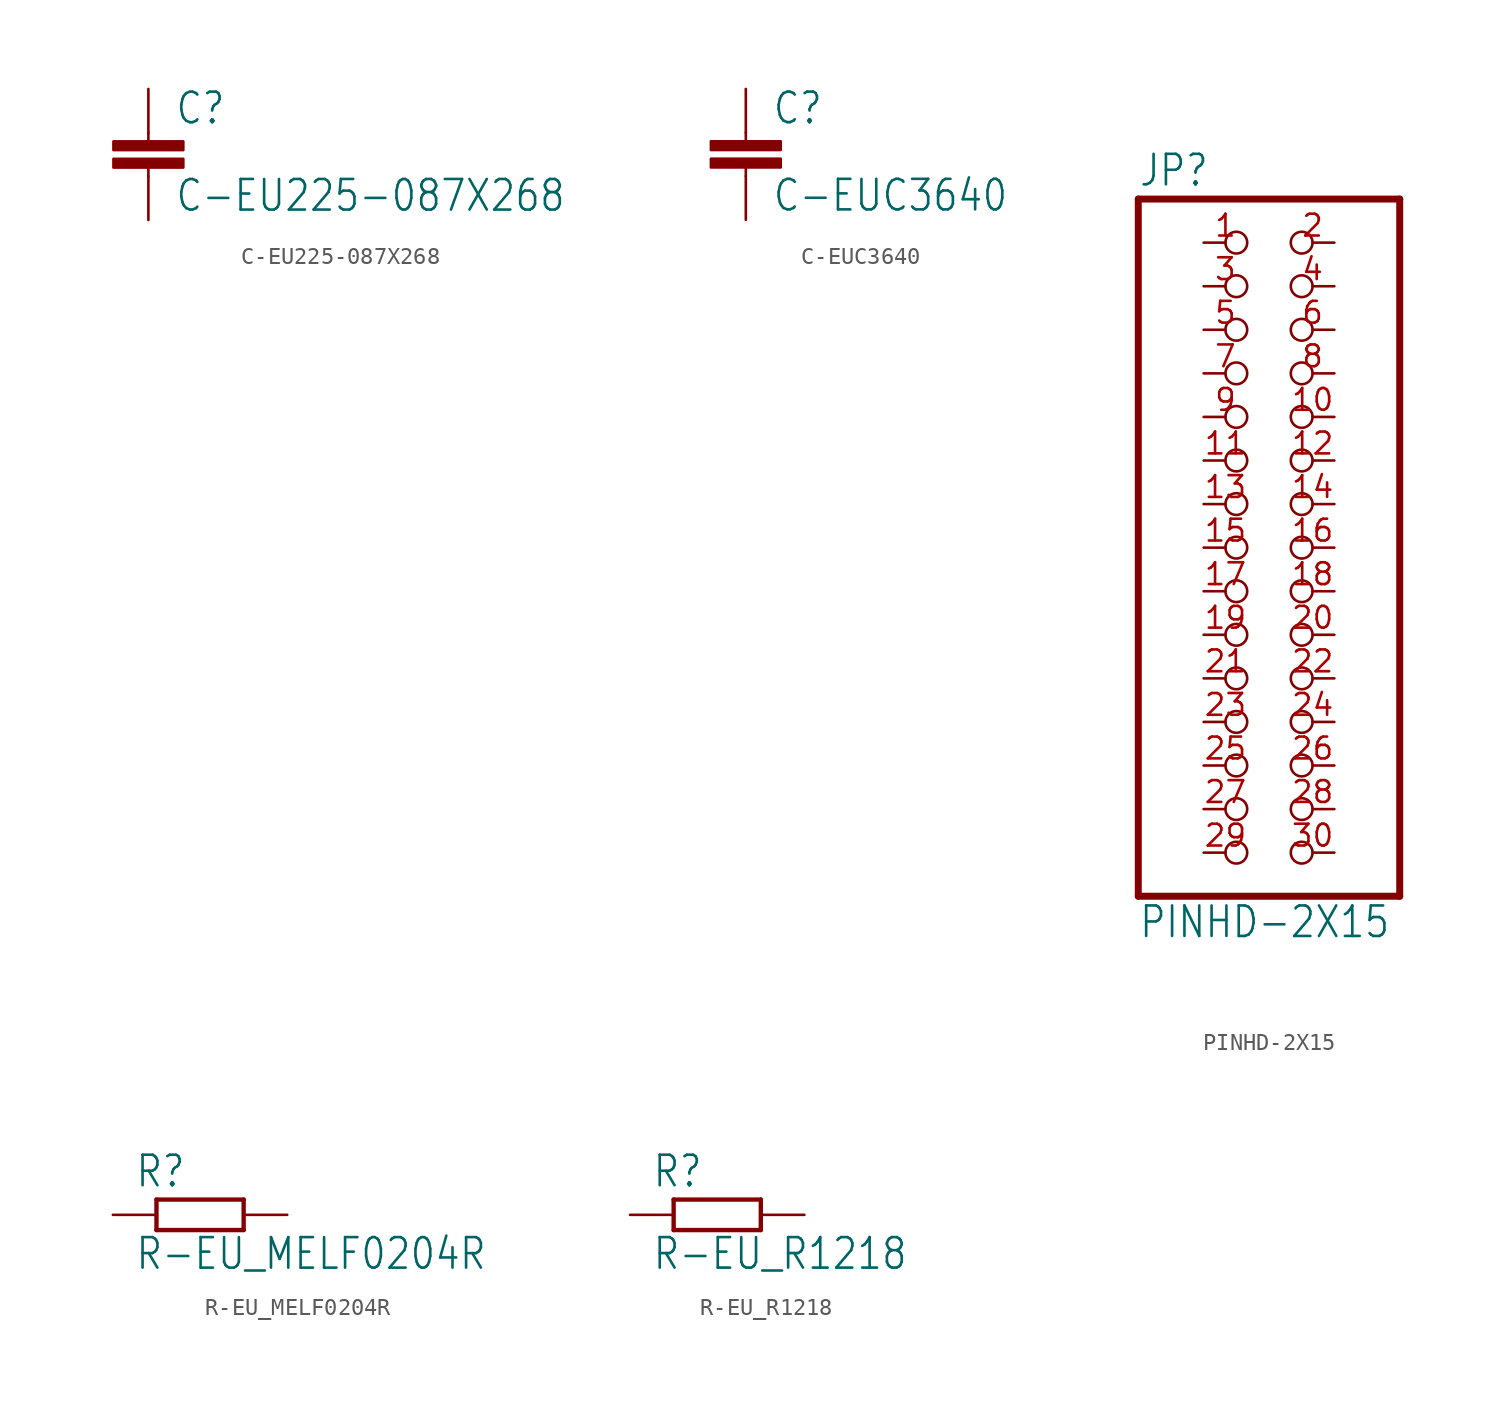
<source format=kicad_sym>
(kicad_symbol_lib
  (version 20211014)
  (generator kicad_symbol_editor)
  (symbol "C-EU225-087X268"
    (property "Reference" "C"
      (at 1.524 0.381 0)
      (effects (font (size 1.778 1.511)) (justify left bottom)))
    (property "Value" "C-EU225-087X268"
      (at 1.524 -4.699 0)
      (effects (font (size 1.778 1.511)) (justify left bottom)))
    (property "ki_locked" ""
      (at 0 0 0)
      (effects (font (size 1.27 1.27))))
    (symbol "C-EU225-087X268_1_0"
      (rectangle (start -2.032 -2.032) (end 2.032 -1.524) (stroke (width 0) (type default) (color 0 0 0 0)) (fill (type outline)))
      (rectangle (start -2.032 -1.016) (end 2.032 -0.508) (stroke (width 0) (type default) (color 0 0 0 0)) (fill (type outline)))
      (polyline (pts (xy 0 -2.54) (xy 0 -2.032)) (stroke (width 0.152) (type default) (color 0 0 0 0)) (fill (type none)))
      (polyline (pts (xy 0 0) (xy 0 -0.508)) (stroke (width 0.152) (type default) (color 0 0 0 0)) (fill (type none)))
      (pin passive line (at 0 2.54 270) (length 2.54) (name "1" (effects (font (size 0 0)))) (number "1" (effects (font (size 0 0)))))
      (pin passive line (at 0 -5.08 90) (length 2.54) (name "2" (effects (font (size 0 0)))) (number "2" (effects (font (size 0 0)))))))
  (symbol "C-EUC3640"
    (property "Reference" "C"
      (at 1.524 0.381 0)
      (effects (font (size 1.778 1.511)) (justify left bottom)))
    (property "Value" "C-EUC3640"
      (at 1.524 -4.699 0)
      (effects (font (size 1.778 1.511)) (justify left bottom)))
    (property "ki_locked" ""
      (at 0 0 0)
      (effects (font (size 1.27 1.27))))
    (symbol "C-EUC3640_1_0"
      (rectangle (start -2.032 -2.032) (end 2.032 -1.524) (stroke (width 0) (type default) (color 0 0 0 0)) (fill (type outline)))
      (rectangle (start -2.032 -1.016) (end 2.032 -0.508) (stroke (width 0) (type default) (color 0 0 0 0)) (fill (type outline)))
      (polyline (pts (xy 0 -2.54) (xy 0 -2.032)) (stroke (width 0.152) (type default) (color 0 0 0 0)) (fill (type none)))
      (polyline (pts (xy 0 0) (xy 0 -0.508)) (stroke (width 0.152) (type default) (color 0 0 0 0)) (fill (type none)))
      (pin passive line (at 0 2.54 270) (length 2.54) (name "1" (effects (font (size 0 0)))) (number "1" (effects (font (size 0 0)))))
      (pin passive line (at 0 -5.08 90) (length 2.54) (name "2" (effects (font (size 0 0)))) (number "2" (effects (font (size 0 0)))))))
  (symbol "PINHD-2X15"
    (property "Reference" "JP"
      (at -6.35 20.955 0)
      (effects (font (size 1.778 1.511)) (justify left bottom)))
    (property "Value" "PINHD-2X15"
      (at -6.35 -22.86 0)
      (effects (font (size 1.778 1.511)) (justify left bottom)))
    (property "ki_locked" ""
      (at 0 0 0)
      (effects (font (size 1.27 1.27))))
    (symbol "PINHD-2X15_1_0"
      (polyline (pts (xy -6.35 -20.32) (xy 8.89 -20.32)) (stroke (width 0.406) (type default) (color 0 0 0 0)) (fill (type none)))
      (polyline (pts (xy -6.35 20.32) (xy -6.35 -20.32)) (stroke (width 0.406) (type default) (color 0 0 0 0)) (fill (type none)))
      (polyline (pts (xy 8.89 -20.32) (xy 8.89 20.32)) (stroke (width 0.406) (type default) (color 0 0 0 0)) (fill (type none)))
      (polyline (pts (xy 8.89 20.32) (xy -6.35 20.32)) (stroke (width 0.406) (type default) (color 0 0 0 0)) (fill (type none)))
      (pin passive inverted (at -2.54 17.78 0) (length 2.54) (name "1" (effects (font (size 0 0)))) (number "1" (effects (font (size 1.27 1.27)))))
      (pin passive inverted (at 5.08 7.62 180) (length 2.54) (name "10" (effects (font (size 0 0)))) (number "10" (effects (font (size 1.27 1.27)))))
      (pin passive inverted (at -2.54 5.08 0) (length 2.54) (name "11" (effects (font (size 0 0)))) (number "11" (effects (font (size 1.27 1.27)))))
      (pin passive inverted (at 5.08 5.08 180) (length 2.54) (name "12" (effects (font (size 0 0)))) (number "12" (effects (font (size 1.27 1.27)))))
      (pin passive inverted (at -2.54 2.54 0) (length 2.54) (name "13" (effects (font (size 0 0)))) (number "13" (effects (font (size 1.27 1.27)))))
      (pin passive inverted (at 5.08 2.54 180) (length 2.54) (name "14" (effects (font (size 0 0)))) (number "14" (effects (font (size 1.27 1.27)))))
      (pin passive inverted (at -2.54 0 0) (length 2.54) (name "15" (effects (font (size 0 0)))) (number "15" (effects (font (size 1.27 1.27)))))
      (pin passive inverted (at 5.08 0 180) (length 2.54) (name "16" (effects (font (size 0 0)))) (number "16" (effects (font (size 1.27 1.27)))))
      (pin passive inverted (at -2.54 -2.54 0) (length 2.54) (name "17" (effects (font (size 0 0)))) (number "17" (effects (font (size 1.27 1.27)))))
      (pin passive inverted (at 5.08 -2.54 180) (length 2.54) (name "18" (effects (font (size 0 0)))) (number "18" (effects (font (size 1.27 1.27)))))
      (pin passive inverted (at -2.54 -5.08 0) (length 2.54) (name "19" (effects (font (size 0 0)))) (number "19" (effects (font (size 1.27 1.27)))))
      (pin passive inverted (at 5.08 17.78 180) (length 2.54) (name "2" (effects (font (size 0 0)))) (number "2" (effects (font (size 1.27 1.27)))))
      (pin passive inverted (at 5.08 -5.08 180) (length 2.54) (name "20" (effects (font (size 0 0)))) (number "20" (effects (font (size 1.27 1.27)))))
      (pin passive inverted (at -2.54 -7.62 0) (length 2.54) (name "21" (effects (font (size 0 0)))) (number "21" (effects (font (size 1.27 1.27)))))
      (pin passive inverted (at 5.08 -7.62 180) (length 2.54) (name "22" (effects (font (size 0 0)))) (number "22" (effects (font (size 1.27 1.27)))))
      (pin passive inverted (at -2.54 -10.16 0) (length 2.54) (name "23" (effects (font (size 0 0)))) (number "23" (effects (font (size 1.27 1.27)))))
      (pin passive inverted (at 5.08 -10.16 180) (length 2.54) (name "24" (effects (font (size 0 0)))) (number "24" (effects (font (size 1.27 1.27)))))
      (pin passive inverted (at -2.54 -12.7 0) (length 2.54) (name "25" (effects (font (size 0 0)))) (number "25" (effects (font (size 1.27 1.27)))))
      (pin passive inverted (at 5.08 -12.7 180) (length 2.54) (name "26" (effects (font (size 0 0)))) (number "26" (effects (font (size 1.27 1.27)))))
      (pin passive inverted (at -2.54 -15.24 0) (length 2.54) (name "27" (effects (font (size 0 0)))) (number "27" (effects (font (size 1.27 1.27)))))
      (pin passive inverted (at 5.08 -15.24 180) (length 2.54) (name "28" (effects (font (size 0 0)))) (number "28" (effects (font (size 1.27 1.27)))))
      (pin passive inverted (at -2.54 -17.78 0) (length 2.54) (name "29" (effects (font (size 0 0)))) (number "29" (effects (font (size 1.27 1.27)))))
      (pin passive inverted (at -2.54 15.24 0) (length 2.54) (name "3" (effects (font (size 0 0)))) (number "3" (effects (font (size 1.27 1.27)))))
      (pin passive inverted (at 5.08 -17.78 180) (length 2.54) (name "30" (effects (font (size 0 0)))) (number "30" (effects (font (size 1.27 1.27)))))
      (pin passive inverted (at 5.08 15.24 180) (length 2.54) (name "4" (effects (font (size 0 0)))) (number "4" (effects (font (size 1.27 1.27)))))
      (pin passive inverted (at -2.54 12.7 0) (length 2.54) (name "5" (effects (font (size 0 0)))) (number "5" (effects (font (size 1.27 1.27)))))
      (pin passive inverted (at 5.08 12.7 180) (length 2.54) (name "6" (effects (font (size 0 0)))) (number "6" (effects (font (size 1.27 1.27)))))
      (pin passive inverted (at -2.54 10.16 0) (length 2.54) (name "7" (effects (font (size 0 0)))) (number "7" (effects (font (size 1.27 1.27)))))
      (pin passive inverted (at 5.08 10.16 180) (length 2.54) (name "8" (effects (font (size 0 0)))) (number "8" (effects (font (size 1.27 1.27)))))
      (pin passive inverted (at -2.54 7.62 0) (length 2.54) (name "9" (effects (font (size 0 0)))) (number "9" (effects (font (size 1.27 1.27)))))))
  (symbol "R-EU_MELF0204R"
    (property "Reference" "R"
      (at -3.81 1.499 0)
      (effects (font (size 1.778 1.511)) (justify left bottom)))
    (property "Value" "R-EU_MELF0204R"
      (at -3.81 -3.302 0)
      (effects (font (size 1.778 1.511)) (justify left bottom)))
    (property "ki_locked" ""
      (at 0 0 0)
      (effects (font (size 1.27 1.27))))
    (symbol "R-EU_MELF0204R_1_0"
      (polyline (pts (xy -2.54 -0.889) (xy -2.54 0.889)) (stroke (width 0.254) (type default) (color 0 0 0 0)) (fill (type none)))
      (polyline (pts (xy -2.54 -0.889) (xy 2.54 -0.889)) (stroke (width 0.254) (type default) (color 0 0 0 0)) (fill (type none)))
      (polyline (pts (xy 2.54 -0.889) (xy 2.54 0.889)) (stroke (width 0.254) (type default) (color 0 0 0 0)) (fill (type none)))
      (polyline (pts (xy 2.54 0.889) (xy -2.54 0.889)) (stroke (width 0.254) (type default) (color 0 0 0 0)) (fill (type none)))
      (pin passive line (at -5.08 0 0) (length 2.54) (name "1" (effects (font (size 0 0)))) (number "1" (effects (font (size 0 0)))))
      (pin passive line (at 5.08 0 180) (length 2.54) (name "2" (effects (font (size 0 0)))) (number "2" (effects (font (size 0 0)))))))
  (symbol "R-EU_R1218"
    (property "Reference" "R"
      (at -3.81 1.499 0)
      (effects (font (size 1.778 1.511)) (justify left bottom)))
    (property "Value" "R-EU_R1218"
      (at -3.81 -3.302 0)
      (effects (font (size 1.778 1.511)) (justify left bottom)))
    (property "ki_locked" ""
      (at 0 0 0)
      (effects (font (size 1.27 1.27))))
    (symbol "R-EU_R1218_1_0"
      (polyline (pts (xy -2.54 -0.889) (xy -2.54 0.889)) (stroke (width 0.254) (type default) (color 0 0 0 0)) (fill (type none)))
      (polyline (pts (xy -2.54 -0.889) (xy 2.54 -0.889)) (stroke (width 0.254) (type default) (color 0 0 0 0)) (fill (type none)))
      (polyline (pts (xy 2.54 -0.889) (xy 2.54 0.889)) (stroke (width 0.254) (type default) (color 0 0 0 0)) (fill (type none)))
      (polyline (pts (xy 2.54 0.889) (xy -2.54 0.889)) (stroke (width 0.254) (type default) (color 0 0 0 0)) (fill (type none)))
      (pin passive line (at -5.08 0 0) (length 2.54) (name "1" (effects (font (size 0 0)))) (number "1" (effects (font (size 0 0)))))
      (pin passive line (at 5.08 0 180) (length 2.54) (name "2" (effects (font (size 0 0)))) (number "2" (effects (font (size 0 0))))))))
</source>
